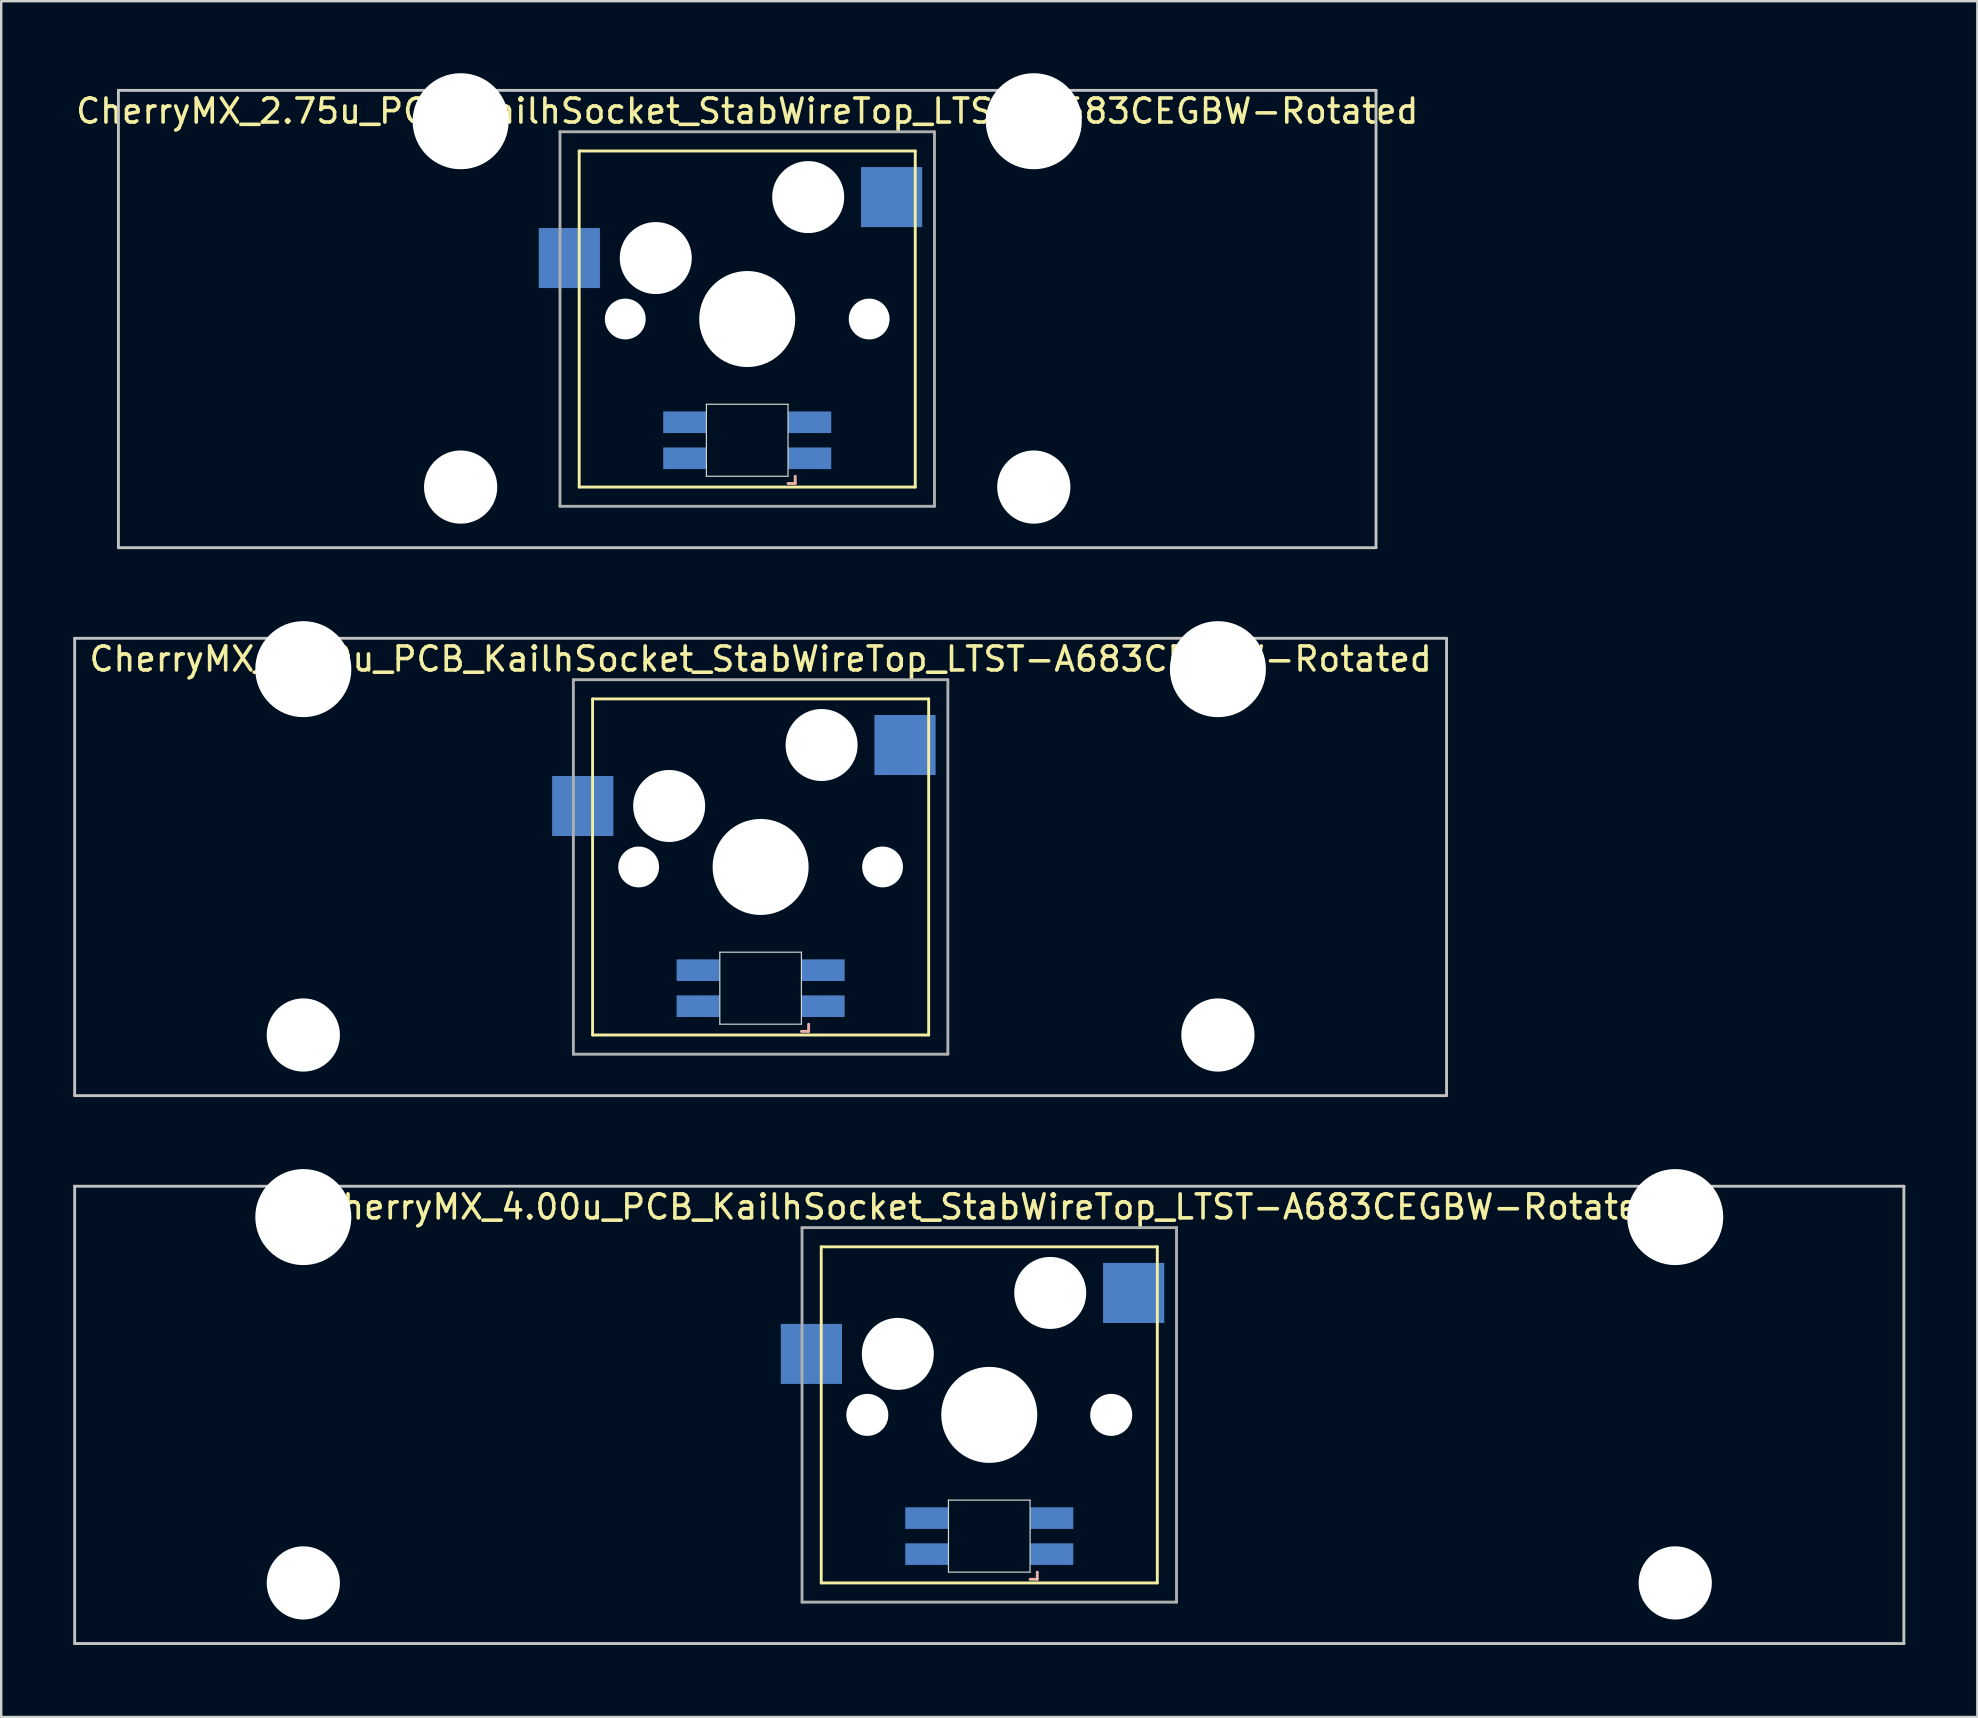
<source format=kicad_pcb>
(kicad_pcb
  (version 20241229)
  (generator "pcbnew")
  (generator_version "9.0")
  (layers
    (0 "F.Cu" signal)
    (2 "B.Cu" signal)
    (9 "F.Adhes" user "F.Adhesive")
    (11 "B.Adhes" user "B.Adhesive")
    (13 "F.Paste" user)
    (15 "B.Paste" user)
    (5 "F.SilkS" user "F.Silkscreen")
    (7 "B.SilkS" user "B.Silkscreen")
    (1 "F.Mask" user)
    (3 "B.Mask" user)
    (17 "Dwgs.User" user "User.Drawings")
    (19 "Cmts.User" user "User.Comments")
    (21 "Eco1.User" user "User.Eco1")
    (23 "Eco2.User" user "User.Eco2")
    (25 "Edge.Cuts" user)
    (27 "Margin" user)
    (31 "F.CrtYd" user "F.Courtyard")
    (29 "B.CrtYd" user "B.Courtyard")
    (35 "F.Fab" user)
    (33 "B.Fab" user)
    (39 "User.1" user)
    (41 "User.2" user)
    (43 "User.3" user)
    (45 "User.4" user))
  (footprint "CherryMX_4.00u_PCB_KailhSocket_StabWireTop_LTST-A683CEGBW-Rotated"
    (layer "F.Cu")
    (at 38.16 55.89)
    (property "Reference" "CherryMX_4.00u_PCB_KailhSocket_StabWireTop_LTST-A683CEGBW-Rotated" (at 0 -8.662 0) (layer "F.SilkS") (effects (font (size 1 1) (thickness 0.15))))
    (attr through_hole)
    (fp_line (start -7 -7) (end -7 7) (stroke (width 0.12) (type solid)) (layer "F.SilkS"))
    (fp_line (start -7 -7) (end 7 -7) (stroke (width 0.12) (type solid)) (layer "F.SilkS"))
    (fp_line (start 7 -7) (end 7 7) (stroke (width 0.12) (type solid)) (layer "F.SilkS"))
    (fp_line (start 7 7) (end -7 7) (stroke (width 0.12) (type solid)) (layer "F.SilkS"))
    (fp_line (start 1.7 6.85) (end 2 6.85) (stroke (width 0.12) (type solid)) (layer "B.SilkS"))
    (fp_line (start 2 6.85) (end 2 6.55) (stroke (width 0.12) (type solid)) (layer "B.SilkS"))
    (fp_line (start -38.1 -9.525) (end 38.1 -9.525) (stroke (width 0.12) (type solid)) (layer "Dwgs.User"))
    (fp_line (start -38.1 9.525) (end -38.1 -9.525) (stroke (width 0.12) (type solid)) (layer "Dwgs.User"))
    (fp_line (start 38.1 -9.525) (end 38.1 9.525) (stroke (width 0.12) (type solid)) (layer "Dwgs.User"))
    (fp_line (start 38.1 9.525) (end -38.1 9.525) (stroke (width 0.12) (type solid)) (layer "Dwgs.User"))
    (fp_line (start -1.7 3.55) (end 1.7 3.55) (stroke (width 0.05) (type solid)) (layer "Edge.Cuts"))
    (fp_line (start -1.7 6.55) (end -1.7 3.55) (stroke (width 0.05) (type solid)) (layer "Edge.Cuts"))
    (fp_line (start 1.7 3.55) (end 1.7 6.55) (stroke (width 0.05) (type solid)) (layer "Edge.Cuts"))
    (fp_line (start 1.7 6.55) (end -1.7 6.55) (stroke (width 0.05) (type solid)) (layer "Edge.Cuts"))
    (fp_line (start -7.8 -7.8) (end -7.8 7.8) (stroke (width 0.12) (type solid)) (layer "F.Fab"))
    (fp_line (start -7.8 -7.8) (end 7.8 -7.8) (stroke (width 0.12) (type solid)) (layer "F.Fab"))
    (fp_line (start -7.8 7.8) (end 7.8 7.8) (stroke (width 0.12) (type solid)) (layer "F.Fab"))
    (fp_line (start 7.8 -7.8) (end 7.8 7.8) (stroke (width 0.12) (type solid)) (layer "F.Fab"))
    (pad "" np_thru_hole circle (at -28.575 -8.24) (size 4 4) (drill 4) (layers "*.Cu" "*.Mask"))
    (pad "" np_thru_hole circle (at -28.575 7) (size 3.05 3.05) (drill 3.05) (layers "*.Cu" "*.Mask"))
    (pad "" np_thru_hole circle (at -5.08 0) (size 1.75 1.75) (drill 1.75) (layers "*.Cu" "*.Mask"))
    (pad "" np_thru_hole circle (at -3.81 -2.54) (size 3 3) (drill 3) (layers "*.Cu" "*.Mask"))
    (pad "" np_thru_hole circle (at 0 0) (size 4 4) (drill 4) (layers "*.Cu" "*.Mask"))
    (pad "" np_thru_hole circle (at 2.54 -5.08) (size 3 3) (drill 3) (layers "*.Cu" "*.Mask"))
    (pad "" np_thru_hole circle (at 5.08 0) (size 1.75 1.75) (drill 1.75) (layers "*.Cu" "*.Mask"))
    (pad "" np_thru_hole circle (at 28.575 -8.24) (size 4 4) (drill 4) (layers "*.Cu" "*.Mask"))
    (pad "" np_thru_hole circle (at 28.575 7) (size 3.05 3.05) (drill 3.05) (layers "*.Cu" "*.Mask"))
    (pad "1" smd rect (at -7.41 -2.54) (size 2.55 2.5) (layers "B.Cu" "B.Mask" "B.Paste"))
    (pad "2" smd rect (at 6.015 -5.08) (size 2.55 2.5) (layers "B.Cu" "B.Mask" "B.Paste"))
    (pad "3" smd rect (at 2.6 5.8 180) (size 1.8 0.9) (layers "B.Cu" "B.Mask" "B.Paste"))
    (pad "4" smd rect (at 2.6 4.3 180) (size 1.8 0.9) (layers "B.Cu" "B.Mask" "B.Paste"))
    (pad "5" smd rect (at -2.6 5.8 180) (size 1.8 0.9) (layers "B.Cu" "B.Mask" "B.Paste"))
    (pad "6" smd rect (at -2.6 4.3 180) (size 1.8 0.9) (layers "B.Cu" "B.Mask" "B.Paste")))
  (footprint "CherryMX_2.75u_PCB_KailhSocket_StabWireTop_LTST-A683CEGBW-Rotated"
    (layer "F.Cu")
    (at 28.077 10.24)
    (property "Reference" "CherryMX_2.75u_PCB_KailhSocket_StabWireTop_LTST-A683CEGBW-Rotated" (at 0 -8.662 0) (layer "F.SilkS") (effects (font (size 1 1) (thickness 0.15))))
    (attr through_hole)
    (fp_line (start -7 -7) (end -7 7) (stroke (width 0.12) (type solid)) (layer "F.SilkS"))
    (fp_line (start -7 -7) (end 7 -7) (stroke (width 0.12) (type solid)) (layer "F.SilkS"))
    (fp_line (start 7 -7) (end 7 7) (stroke (width 0.12) (type solid)) (layer "F.SilkS"))
    (fp_line (start 7 7) (end -7 7) (stroke (width 0.12) (type solid)) (layer "F.SilkS"))
    (fp_line (start 1.7 6.85) (end 2 6.85) (stroke (width 0.12) (type solid)) (layer "B.SilkS"))
    (fp_line (start 2 6.85) (end 2 6.55) (stroke (width 0.12) (type solid)) (layer "B.SilkS"))
    (fp_line (start -26.194 -9.525) (end 26.194 -9.525) (stroke (width 0.12) (type solid)) (layer "Dwgs.User"))
    (fp_line (start -26.194 9.525) (end -26.194 -9.525) (stroke (width 0.12) (type solid)) (layer "Dwgs.User"))
    (fp_line (start 26.194 -9.525) (end 26.194 9.525) (stroke (width 0.12) (type solid)) (layer "Dwgs.User"))
    (fp_line (start 26.194 9.525) (end -26.194 9.525) (stroke (width 0.12) (type solid)) (layer "Dwgs.User"))
    (fp_line (start -1.7 3.55) (end 1.7 3.55) (stroke (width 0.05) (type solid)) (layer "Edge.Cuts"))
    (fp_line (start -1.7 6.55) (end -1.7 3.55) (stroke (width 0.05) (type solid)) (layer "Edge.Cuts"))
    (fp_line (start 1.7 3.55) (end 1.7 6.55) (stroke (width 0.05) (type solid)) (layer "Edge.Cuts"))
    (fp_line (start 1.7 6.55) (end -1.7 6.55) (stroke (width 0.05) (type solid)) (layer "Edge.Cuts"))
    (fp_line (start -7.8 -7.8) (end -7.8 7.8) (stroke (width 0.12) (type solid)) (layer "F.Fab"))
    (fp_line (start -7.8 -7.8) (end 7.8 -7.8) (stroke (width 0.12) (type solid)) (layer "F.Fab"))
    (fp_line (start -7.8 7.8) (end 7.8 7.8) (stroke (width 0.12) (type solid)) (layer "F.Fab"))
    (fp_line (start 7.8 -7.8) (end 7.8 7.8) (stroke (width 0.12) (type solid)) (layer "F.Fab"))
    (pad "" np_thru_hole circle (at -11.938 -8.24) (size 4 4) (drill 4) (layers "*.Cu" "*.Mask"))
    (pad "" np_thru_hole circle (at -11.938 7) (size 3.05 3.05) (drill 3.05) (layers "*.Cu" "*.Mask"))
    (pad "" np_thru_hole circle (at -5.08 0) (size 1.7 1.7) (drill 1.7) (layers "*.Cu" "*.Mask"))
    (pad "" np_thru_hole circle (at -3.81 -2.54) (size 3 3) (drill 3) (layers "*.Cu" "*.Mask"))
    (pad "" np_thru_hole circle (at 0 0) (size 4 4) (drill 4) (layers "*.Cu" "*.Mask"))
    (pad "" np_thru_hole circle (at 2.54 -5.08) (size 3 3) (drill 3) (layers "*.Cu" "*.Mask"))
    (pad "" np_thru_hole circle (at 5.08 0) (size 1.7 1.7) (drill 1.7) (layers "*.Cu" "*.Mask"))
    (pad "" np_thru_hole circle (at 11.938 -8.24) (size 4 4) (drill 4) (layers "*.Cu" "*.Mask"))
    (pad "" np_thru_hole circle (at 11.938 7) (size 3.05 3.05) (drill 3.05) (layers "*.Cu" "*.Mask"))
    (pad "1" smd rect (at -7.41 -2.54) (size 2.55 2.5) (layers "B.Cu" "B.Mask" "B.Paste"))
    (pad "2" smd rect (at 6.015 -5.08) (size 2.55 2.5) (layers "B.Cu" "B.Mask" "B.Paste"))
    (pad "3" smd rect (at 2.6 5.8 180) (size 1.8 0.9) (layers "B.Cu" "B.Mask" "B.Paste"))
    (pad "4" smd rect (at 2.6 4.3 180) (size 1.8 0.9) (layers "B.Cu" "B.Mask" "B.Paste"))
    (pad "5" smd rect (at -2.6 5.8 180) (size 1.8 0.9) (layers "B.Cu" "B.Mask" "B.Paste"))
    (pad "6" smd rect (at -2.6 4.3 180) (size 1.8 0.9) (layers "B.Cu" "B.Mask" "B.Paste")))
  (footprint "CherryMX_3.00u_PCB_KailhSocket_StabWireTop_LTST-A683CEGBW-Rotated"
    (layer "F.Cu")
    (at 28.635 33.065)
    (property "Reference" "CherryMX_3.00u_PCB_KailhSocket_StabWireTop_LTST-A683CEGBW-Rotated" (at 0 -8.662 0) (layer "F.SilkS") (effects (font (size 1 1) (thickness 0.15))))
    (attr through_hole)
    (fp_line (start -7 -7) (end -7 7) (stroke (width 0.12) (type solid)) (layer "F.SilkS"))
    (fp_line (start -7 -7) (end 7 -7) (stroke (width 0.12) (type solid)) (layer "F.SilkS"))
    (fp_line (start 7 -7) (end 7 7) (stroke (width 0.12) (type solid)) (layer "F.SilkS"))
    (fp_line (start 7 7) (end -7 7) (stroke (width 0.12) (type solid)) (layer "F.SilkS"))
    (fp_line (start 1.7 6.85) (end 2 6.85) (stroke (width 0.12) (type solid)) (layer "B.SilkS"))
    (fp_line (start 2 6.85) (end 2 6.55) (stroke (width 0.12) (type solid)) (layer "B.SilkS"))
    (fp_line (start -28.575 -9.525) (end 28.575 -9.525) (stroke (width 0.12) (type solid)) (layer "Dwgs.User"))
    (fp_line (start -28.575 9.525) (end -28.575 -9.525) (stroke (width 0.12) (type solid)) (layer "Dwgs.User"))
    (fp_line (start 28.575 -9.525) (end 28.575 9.525) (stroke (width 0.12) (type solid)) (layer "Dwgs.User"))
    (fp_line (start 28.575 9.525) (end -28.575 9.525) (stroke (width 0.12) (type solid)) (layer "Dwgs.User"))
    (fp_line (start -1.7 3.55) (end 1.7 3.55) (stroke (width 0.05) (type solid)) (layer "Edge.Cuts"))
    (fp_line (start -1.7 6.55) (end -1.7 3.55) (stroke (width 0.05) (type solid)) (layer "Edge.Cuts"))
    (fp_line (start 1.7 3.55) (end 1.7 6.55) (stroke (width 0.05) (type solid)) (layer "Edge.Cuts"))
    (fp_line (start 1.7 6.55) (end -1.7 6.55) (stroke (width 0.05) (type solid)) (layer "Edge.Cuts"))
    (fp_line (start -7.8 -7.8) (end -7.8 7.8) (stroke (width 0.12) (type solid)) (layer "F.Fab"))
    (fp_line (start -7.8 -7.8) (end 7.8 -7.8) (stroke (width 0.12) (type solid)) (layer "F.Fab"))
    (fp_line (start -7.8 7.8) (end 7.8 7.8) (stroke (width 0.12) (type solid)) (layer "F.Fab"))
    (fp_line (start 7.8 -7.8) (end 7.8 7.8) (stroke (width 0.12) (type solid)) (layer "F.Fab"))
    (pad "" np_thru_hole circle (at -19.05 -8.24) (size 4 4) (drill 4) (layers "*.Cu" "*.Mask"))
    (pad "" np_thru_hole circle (at -19.05 7) (size 3.05 3.05) (drill 3.05) (layers "*.Cu" "*.Mask"))
    (pad "" np_thru_hole circle (at -5.08 0) (size 1.7 1.7) (drill 1.7) (layers "*.Cu" "*.Mask"))
    (pad "" np_thru_hole circle (at -3.81 -2.54) (size 3 3) (drill 3) (layers "*.Cu" "*.Mask"))
    (pad "" np_thru_hole circle (at 0 0) (size 4 4) (drill 4) (layers "*.Cu" "*.Mask"))
    (pad "" np_thru_hole circle (at 2.54 -5.08) (size 3 3) (drill 3) (layers "*.Cu" "*.Mask"))
    (pad "" np_thru_hole circle (at 5.08 0) (size 1.7 1.7) (drill 1.7) (layers "*.Cu" "*.Mask"))
    (pad "" np_thru_hole circle (at 19.05 -8.24) (size 4 4) (drill 4) (layers "*.Cu" "*.Mask"))
    (pad "" np_thru_hole circle (at 19.05 7) (size 3.05 3.05) (drill 3.05) (layers "*.Cu" "*.Mask"))
    (pad "1" smd rect (at -7.41 -2.54) (size 2.55 2.5) (layers "B.Cu" "B.Mask" "B.Paste"))
    (pad "2" smd rect (at 6.015 -5.08) (size 2.55 2.5) (layers "B.Cu" "B.Mask" "B.Paste"))
    (pad "3" smd rect (at 2.6 5.8 180) (size 1.8 0.9) (layers "B.Cu" "B.Mask" "B.Paste"))
    (pad "4" smd rect (at 2.6 4.3 180) (size 1.8 0.9) (layers "B.Cu" "B.Mask" "B.Paste"))
    (pad "5" smd rect (at -2.6 5.8 180) (size 1.8 0.9) (layers "B.Cu" "B.Mask" "B.Paste"))
    (pad "6" smd rect (at -2.6 4.3 180) (size 1.8 0.9) (layers "B.Cu" "B.Mask" "B.Paste")))
  (gr_rect
    (start -3 -3)
    (end 79.32 68.475)
    (stroke (width 0.1) (type default))
    (fill no)
    (layer "Edge.Cuts")))
</source>
